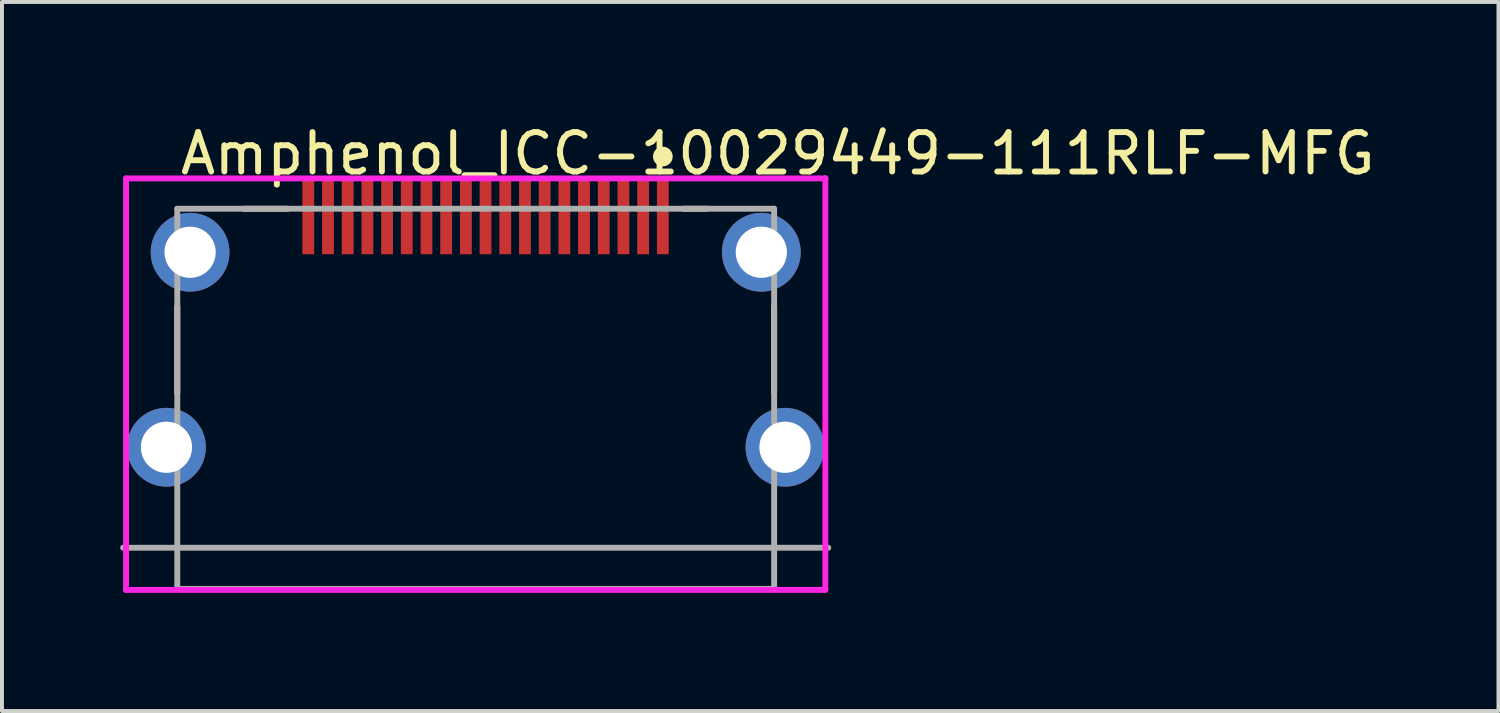
<source format=kicad_pcb>
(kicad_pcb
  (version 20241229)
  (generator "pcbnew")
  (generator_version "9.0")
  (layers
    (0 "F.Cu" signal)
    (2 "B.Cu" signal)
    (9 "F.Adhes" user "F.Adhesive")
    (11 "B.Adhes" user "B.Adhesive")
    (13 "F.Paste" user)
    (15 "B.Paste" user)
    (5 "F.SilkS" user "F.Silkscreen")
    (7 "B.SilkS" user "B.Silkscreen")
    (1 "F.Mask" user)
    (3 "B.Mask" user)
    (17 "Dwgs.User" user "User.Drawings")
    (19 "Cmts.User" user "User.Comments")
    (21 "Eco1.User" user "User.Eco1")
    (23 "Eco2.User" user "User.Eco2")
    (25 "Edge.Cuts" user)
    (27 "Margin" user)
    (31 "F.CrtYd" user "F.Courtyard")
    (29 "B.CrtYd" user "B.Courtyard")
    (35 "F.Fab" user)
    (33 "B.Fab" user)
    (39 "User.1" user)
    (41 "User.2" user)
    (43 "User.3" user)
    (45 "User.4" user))
  (footprint "Amphenol_ICC-10029449-111RLF-MFG"
    (layer "F.Cu")
    (at 9.025 7.073)
    (property "Reference" "Amphenol_ICC-10029449-111RLF-MFG" (at -7.575 -6.225 0) (layer "F.SilkS") (effects (font (size 1 1) (thickness 0.15)) (justify left)))
    (attr through_hole)
    (fp_line (start -7.575 -0.145) (end -7.575 -2.345) (stroke (width 0.15) (type solid)) (layer "F.SilkS"))
    (fp_line (start -5.875 -4.825) (end -4.775 -4.825) (stroke (width 0.15) (type solid)) (layer "F.SilkS"))
    (fp_line (start 5.275 -4.825) (end 5.875 -4.825) (stroke (width 0.15) (type solid)) (layer "F.SilkS"))
    (fp_line (start 7.575 -0.145) (end 7.575 -2.345) (stroke (width 0.15) (type solid)) (layer "F.SilkS"))
    (fp_circle (center 4.75 -6.15) (end 4.875 -6.15) (stroke (width 0.25) (type solid)) (fill no) (layer "F.SilkS"))
    (fp_line (start -8.875 -5.595) (end -8.875 4.85) (stroke (width 0.15) (type solid)) (layer "F.CrtYd"))
    (fp_line (start -8.875 4.85) (end 8.875 4.85) (stroke (width 0.15) (type solid)) (layer "F.CrtYd"))
    (fp_line (start 8.875 -5.595) (end -8.875 -5.595) (stroke (width 0.15) (type solid)) (layer "F.CrtYd"))
    (fp_line (start 8.875 -5.595) (end 8.875 -5.595) (stroke (width 0.15) (type solid)) (layer "F.CrtYd"))
    (fp_line (start 8.875 4.85) (end 8.875 -5.595) (stroke (width 0.15) (type solid)) (layer "F.CrtYd"))
    (fp_line (start -7.575 -4.825) (end 7.575 -4.825) (stroke (width 0.15) (type solid)) (layer "F.Fab"))
    (fp_line (start -7.575 4.825) (end -7.575 -4.825) (stroke (width 0.15) (type solid)) (layer "F.Fab"))
    (fp_line (start 7.575 -4.825) (end 7.575 4.825) (stroke (width 0.15) (type solid)) (layer "F.Fab"))
    (fp_line (start 7.575 4.825) (end -7.575 4.825) (stroke (width 0.15) (type solid)) (layer "F.Fab"))
    (fp_line (start 8.95 3.78) (end -8.95 3.78) (stroke (width 0.15) (type solid)) (layer "F.Fab"))
    (pad "1" smd rect (at 4.75 -4.62) (size 0.3 1.9) (layers "F.Cu" "F.Mask" "F.Paste"))
    (pad "2" smd rect (at 4.25 -4.62) (size 0.3 1.9) (layers "F.Cu" "F.Mask" "F.Paste"))
    (pad "3" smd rect (at 3.75 -4.62) (size 0.3 1.9) (layers "F.Cu" "F.Mask" "F.Paste"))
    (pad "4" smd rect (at 3.25 -4.62) (size 0.3 1.9) (layers "F.Cu" "F.Mask" "F.Paste"))
    (pad "5" smd rect (at 2.75 -4.62) (size 0.3 1.9) (layers "F.Cu" "F.Mask" "F.Paste"))
    (pad "6" smd rect (at 2.25 -4.62) (size 0.3 1.9) (layers "F.Cu" "F.Mask" "F.Paste"))
    (pad "7" smd rect (at 1.75 -4.62) (size 0.3 1.9) (layers "F.Cu" "F.Mask" "F.Paste"))
    (pad "8" smd rect (at 1.25 -4.62) (size 0.3 1.9) (layers "F.Cu" "F.Mask" "F.Paste"))
    (pad "9" smd rect (at 0.75 -4.62) (size 0.3 1.9) (layers "F.Cu" "F.Mask" "F.Paste"))
    (pad "10" smd rect (at 0.25 -4.62) (size 0.3 1.9) (layers "F.Cu" "F.Mask" "F.Paste"))
    (pad "11" smd rect (at -0.25 -4.62) (size 0.3 1.9) (layers "F.Cu" "F.Mask" "F.Paste"))
    (pad "12" smd rect (at -0.75 -4.62) (size 0.3 1.9) (layers "F.Cu" "F.Mask" "F.Paste"))
    (pad "13" smd rect (at -1.25 -4.62) (size 0.3 1.9) (layers "F.Cu" "F.Mask" "F.Paste"))
    (pad "14" smd rect (at -1.75 -4.62) (size 0.3 1.9) (layers "F.Cu" "F.Mask" "F.Paste"))
    (pad "15" smd rect (at -2.25 -4.62) (size 0.3 1.9) (layers "F.Cu" "F.Mask" "F.Paste"))
    (pad "16" smd rect (at -2.75 -4.62) (size 0.3 1.9) (layers "F.Cu" "F.Mask" "F.Paste"))
    (pad "17" smd rect (at -3.25 -4.62) (size 0.3 1.9) (layers "F.Cu" "F.Mask" "F.Paste"))
    (pad "18" smd rect (at -3.75 -4.62) (size 0.3 1.9) (layers "F.Cu" "F.Mask" "F.Paste"))
    (pad "19" smd rect (at -4.25 -4.62) (size 0.3 1.9) (layers "F.Cu" "F.Mask" "F.Paste"))
    (pad "20" thru_hole circle (at -7.25 -3.72) (size 2 2) (drill 1.3) (layers "*.Cu"))
    (pad "21" thru_hole circle (at 7.25 -3.72) (size 2 2) (drill 1.3) (layers "*.Cu"))
    (pad "22" thru_hole circle (at -7.85 1.23) (size 2 2) (drill 1.3) (layers "*.Cu"))
    (pad "23" thru_hole circle (at 7.85 1.23) (size 2 2) (drill 1.3) (layers "*.Cu")))
  (gr_rect
    (start -3 -3)
    (end 34.986 14.998)
    (stroke (width 0.1) (type default))
    (fill no)
    (layer "Edge.Cuts")))
</source>
